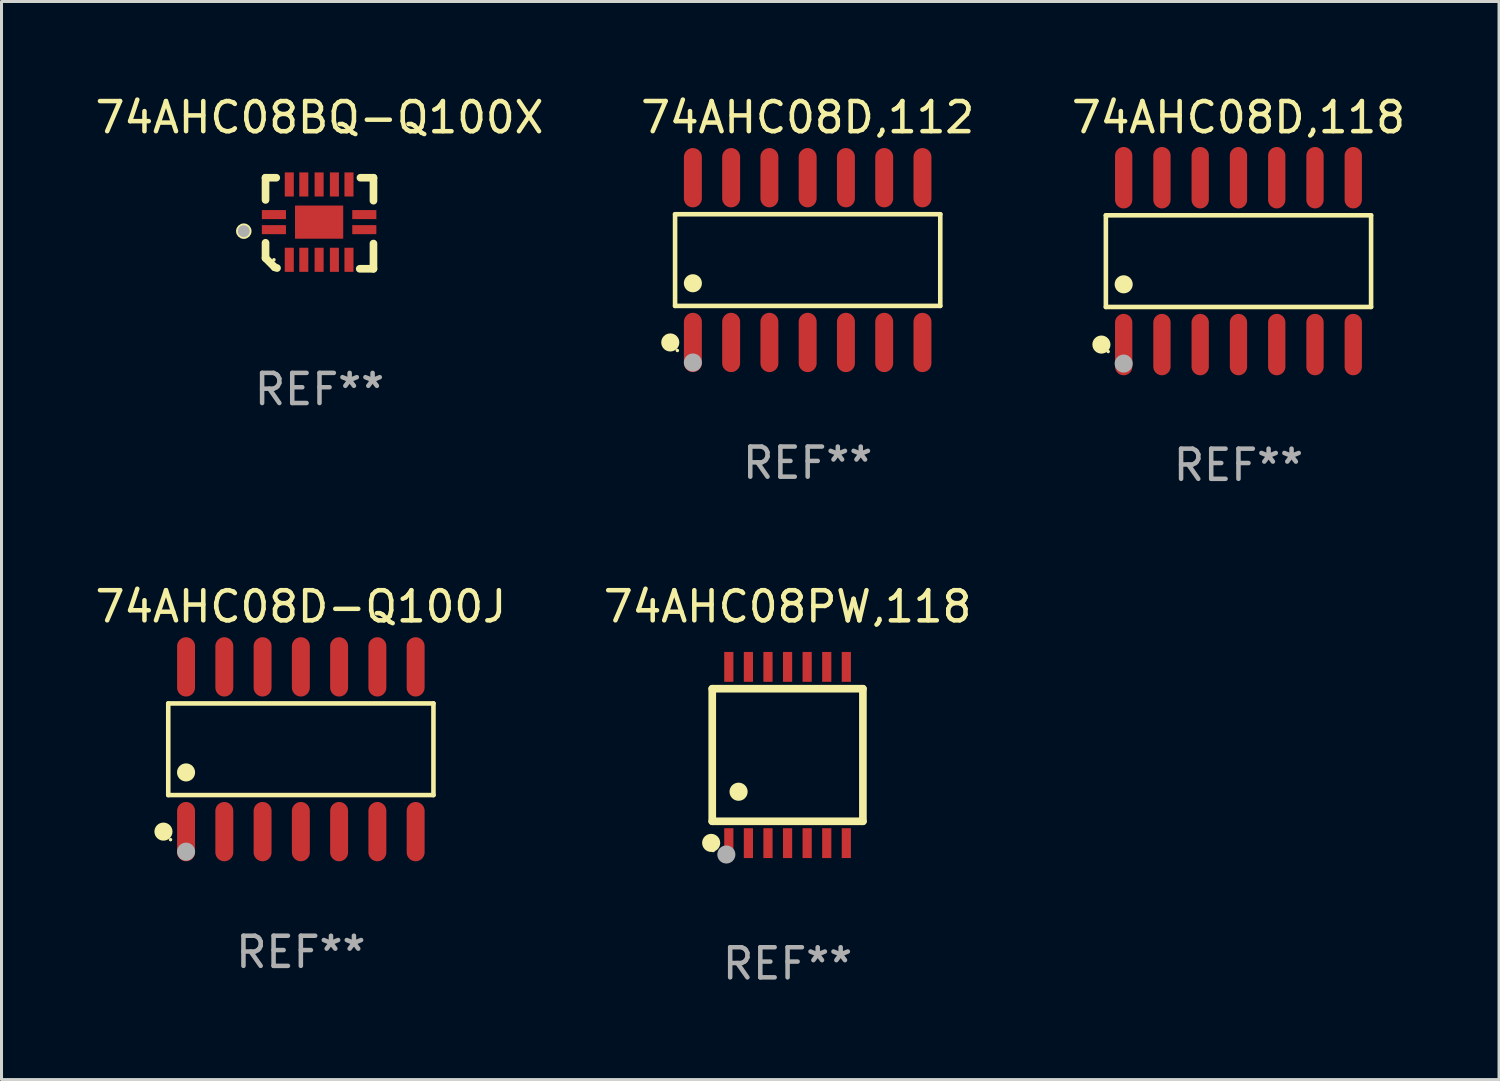
<source format=kicad_pcb>
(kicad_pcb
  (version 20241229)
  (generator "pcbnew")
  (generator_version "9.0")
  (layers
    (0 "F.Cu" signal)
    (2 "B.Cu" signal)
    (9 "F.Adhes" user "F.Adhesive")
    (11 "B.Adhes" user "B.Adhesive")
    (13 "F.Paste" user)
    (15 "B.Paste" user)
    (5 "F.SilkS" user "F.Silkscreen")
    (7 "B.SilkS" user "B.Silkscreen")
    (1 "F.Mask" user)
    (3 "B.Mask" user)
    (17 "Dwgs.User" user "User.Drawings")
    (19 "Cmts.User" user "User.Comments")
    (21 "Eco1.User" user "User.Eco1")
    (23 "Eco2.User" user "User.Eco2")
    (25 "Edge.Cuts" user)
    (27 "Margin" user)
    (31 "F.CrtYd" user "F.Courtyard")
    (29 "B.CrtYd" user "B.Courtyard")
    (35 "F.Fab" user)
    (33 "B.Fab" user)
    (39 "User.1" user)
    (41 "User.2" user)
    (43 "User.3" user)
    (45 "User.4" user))
  (footprint "74AHC08PW,118"
    (layer "F.Cu")
    (at 23.089 22.008)
    (property "Reference" "74AHC08PW,118" (at 0 -4.925 0) (layer "F.SilkS") (effects (font (size 1 1) (thickness 0.15))))
    (attr through_hole)
    (fp_line (start -2.5 2.2) (end -2.5 -2.2) (stroke (width 0.254) (type solid)) (layer "F.SilkS"))
    (fp_line (start -2.5 2.2) (end 2.5 2.2) (stroke (width 0.254) (type solid)) (layer "F.SilkS"))
    (fp_line (start 2.5 -2.2) (end -2.5 -2.2) (stroke (width 0.254) (type solid)) (layer "F.SilkS"))
    (fp_line (start 2.5 -2.2) (end 2.5 2.2) (stroke (width 0.254) (type solid)) (layer "F.SilkS"))
    (fp_circle (center -2.536 2.917) (end -2.386 2.917) (stroke (width 0.3) (type solid)) (fill no) (layer "F.SilkS"))
    (fp_circle (center -2.47 3.17) (end -2.44 3.17) (stroke (width 0.06) (type solid)) (fill no) (layer "F.SilkS"))
    (fp_circle (center -1.626 1.219) (end -1.475 1.219) (stroke (width 0.3) (type solid)) (fill no) (layer "F.SilkS"))
    (fp_circle (center -2.032 3.302) (end -1.882 3.302) (stroke (width 0.3) (type solid)) (fill no) (layer "F.Fab"))
    (fp_text user "REF**" (at 0 6.925 0) (layer "F.Fab") (effects (font (size 1 1) (thickness 0.15))))
    (pad "1" smd rect (at -1.95 2.925) (size 0.305 0.991) (layers "F.Cu" "F.Mask" "F.Paste"))
    (pad "2" smd rect (at -1.3 2.925) (size 0.305 0.991) (layers "F.Cu" "F.Mask" "F.Paste"))
    (pad "3" smd rect (at -0.65 2.925) (size 0.305 0.991) (layers "F.Cu" "F.Mask" "F.Paste"))
    (pad "4" smd rect (at 0 2.925) (size 0.305 0.991) (layers "F.Cu" "F.Mask" "F.Paste"))
    (pad "5" smd rect (at 0.65 2.925) (size 0.305 0.991) (layers "F.Cu" "F.Mask" "F.Paste"))
    (pad "6" smd rect (at 1.3 2.925) (size 0.305 0.991) (layers "F.Cu" "F.Mask" "F.Paste"))
    (pad "7" smd rect (at 1.95 2.925) (size 0.305 0.991) (layers "F.Cu" "F.Mask" "F.Paste"))
    (pad "8" smd rect (at 1.95 -2.925) (size 0.305 0.991) (layers "F.Cu" "F.Mask" "F.Paste"))
    (pad "9" smd rect (at 1.3 -2.925) (size 0.305 0.991) (layers "F.Cu" "F.Mask" "F.Paste"))
    (pad "10" smd rect (at 0.65 -2.925) (size 0.305 0.991) (layers "F.Cu" "F.Mask" "F.Paste"))
    (pad "11" smd rect (at 0 -2.925) (size 0.305 0.991) (layers "F.Cu" "F.Mask" "F.Paste"))
    (pad "12" smd rect (at -0.65 -2.925) (size 0.305 0.991) (layers "F.Cu" "F.Mask" "F.Paste"))
    (pad "13" smd rect (at -1.3 -2.925) (size 0.305 0.991) (layers "F.Cu" "F.Mask" "F.Paste"))
    (pad "14" smd rect (at -1.95 -2.925) (size 0.305 0.991) (layers "F.Cu" "F.Mask" "F.Paste")))
  (footprint "74AHC08BQ-Q100X"
    (layer "F.Cu")
    (at 7.554 4.36)
    (property "Reference" "74AHC08BQ-Q100X" (at 0 -3.511 0) (layer "F.SilkS") (effects (font (size 1 1) (thickness 0.15))))
    (attr through_hole)
    (fp_line (start -1.791 -1.511) (end -1.435 -1.511) (stroke (width 0.254) (type solid)) (layer "F.SilkS"))
    (fp_line (start -1.791 -0.775) (end -1.791 -1.511) (stroke (width 0.254) (type solid)) (layer "F.SilkS"))
    (fp_line (start -1.791 1.156) (end -1.791 0.648) (stroke (width 0.254) (type solid)) (layer "F.SilkS"))
    (fp_line (start -1.486 1.461) (end -1.791 1.156) (stroke (width 0.254) (type solid)) (layer "F.SilkS"))
    (fp_line (start -1.41 1.486) (end -1.486 1.461) (stroke (width 0.254) (type solid)) (layer "F.SilkS"))
    (fp_line (start 1.334 1.511) (end 1.791 1.511) (stroke (width 0.254) (type solid)) (layer "F.SilkS"))
    (fp_line (start 1.791 -1.511) (end 1.359 -1.511) (stroke (width 0.254) (type solid)) (layer "F.SilkS"))
    (fp_line (start 1.791 -0.749) (end 1.791 -1.511) (stroke (width 0.254) (type solid)) (layer "F.SilkS"))
    (fp_line (start 1.791 1.511) (end 1.791 0.673) (stroke (width 0.254) (type solid)) (layer "F.SilkS"))
    (fp_circle (center -2.513 0.262) (end -2.383 0.262) (stroke (width 0.254) (type solid)) (fill no) (layer "F.SilkS"))
    (fp_circle (center -1.513 1.212) (end -1.483 1.212) (stroke (width 0.06) (type solid)) (fill no) (layer "F.SilkS"))
    (fp_circle (center -2.513 0.262) (end -2.413 0.262) (stroke (width 0.2) (type solid)) (fill no) (layer "F.Fab"))
    (fp_text user "REF**" (at 0 5.511 0) (layer "F.Fab") (effects (font (size 1 1) (thickness 0.15))))
    (pad "1" smd rect (at -1.513 0.212) (size 0.8 0.3) (layers "F.Cu" "F.Mask" "F.Paste"))
    (pad "2" smd rect (at -1.003 1.212) (size 0.3 0.8) (layers "F.Cu" "F.Mask" "F.Paste"))
    (pad "3" smd rect (at -0.521 1.212) (size 0.3 0.8) (layers "F.Cu" "F.Mask" "F.Paste"))
    (pad "4" smd rect (at -0.013 1.212) (size 0.3 0.8) (layers "F.Cu" "F.Mask" "F.Paste"))
    (pad "5" smd rect (at 0.495 1.212) (size 0.3 0.8) (layers "F.Cu" "F.Mask" "F.Paste"))
    (pad "6" smd rect (at 0.978 1.212) (size 0.3 0.8) (layers "F.Cu" "F.Mask" "F.Paste"))
    (pad "7" smd rect (at 1.487 0.212) (size 0.8 0.3) (layers "F.Cu" "F.Mask" "F.Paste"))
    (pad "8" smd rect (at 1.487 -0.288) (size 0.8 0.3) (layers "F.Cu" "F.Mask" "F.Paste"))
    (pad "9" smd rect (at 0.978 -1.288) (size 0.3 0.8) (layers "F.Cu" "F.Mask" "F.Paste"))
    (pad "10" smd rect (at 0.495 -1.288) (size 0.3 0.8) (layers "F.Cu" "F.Mask" "F.Paste"))
    (pad "11" smd rect (at -0.013 -1.288) (size 0.3 0.8) (layers "F.Cu" "F.Mask" "F.Paste"))
    (pad "12" smd rect (at -0.521 -1.288) (size 0.3 0.8) (layers "F.Cu" "F.Mask" "F.Paste"))
    (pad "13" smd rect (at -1.003 -1.288) (size 0.3 0.8) (layers "F.Cu" "F.Mask" "F.Paste"))
    (pad "14" smd rect (at -1.513 -0.288) (size 0.8 0.3) (layers "F.Cu" "F.Mask" "F.Paste"))
    (pad "15" smd rect (at -0.013 -0.038 90) (size 1.1 1.6) (layers "F.Cu" "F.Mask" "F.Paste")))
  (footprint "74AHC08D-Q100J"
    (layer "F.Cu")
    (at 6.935 21.817)
    (property "Reference" "74AHC08D-Q100J" (at 0 -4.734 0) (layer "F.SilkS") (effects (font (size 1 1) (thickness 0.15))))
    (attr through_hole)
    (fp_line (start -4.401 -1.521) (end 4.401 -1.521) (stroke (width 0.152) (type solid)) (layer "F.SilkS"))
    (fp_line (start -4.401 1.521) (end -4.401 -1.521) (stroke (width 0.152) (type solid)) (layer "F.SilkS"))
    (fp_line (start 4.401 -1.521) (end 4.401 1.521) (stroke (width 0.152) (type solid)) (layer "F.SilkS"))
    (fp_line (start 4.401 1.521) (end -4.401 1.521) (stroke (width 0.152) (type solid)) (layer "F.SilkS"))
    (fp_circle (center -4.56 2.734) (end -4.41 2.734) (stroke (width 0.3) (type solid)) (fill no) (layer "F.SilkS"))
    (fp_circle (center -4.325 3) (end -4.295 3) (stroke (width 0.06) (type solid)) (fill no) (layer "F.SilkS"))
    (fp_circle (center -3.81 0.769) (end -3.66 0.769) (stroke (width 0.3) (type solid)) (fill no) (layer "F.SilkS"))
    (fp_circle (center -3.81 3.4) (end -3.66 3.4) (stroke (width 0.3) (type solid)) (fill no) (layer "F.Fab"))
    (fp_text user "REF**" (at 0 6.734 0) (layer "F.Fab") (effects (font (size 1 1) (thickness 0.15))))
    (pad "1" smd oval (at -3.81 2.734) (size 0.595 1.968) (layers "F.Cu" "F.Mask" "F.Paste"))
    (pad "2" smd oval (at -2.54 2.734) (size 0.595 1.968) (layers "F.Cu" "F.Mask" "F.Paste"))
    (pad "3" smd oval (at -1.27 2.734) (size 0.595 1.968) (layers "F.Cu" "F.Mask" "F.Paste"))
    (pad "4" smd oval (at 0 2.734) (size 0.595 1.968) (layers "F.Cu" "F.Mask" "F.Paste"))
    (pad "5" smd oval (at 1.27 2.734) (size 0.595 1.968) (layers "F.Cu" "F.Mask" "F.Paste"))
    (pad "6" smd oval (at 2.54 2.734) (size 0.595 1.968) (layers "F.Cu" "F.Mask" "F.Paste"))
    (pad "7" smd oval (at 3.81 2.734) (size 0.595 1.968) (layers "F.Cu" "F.Mask" "F.Paste"))
    (pad "8" smd oval (at 3.81 -2.734) (size 0.595 1.968) (layers "F.Cu" "F.Mask" "F.Paste"))
    (pad "9" smd oval (at 2.54 -2.734) (size 0.595 1.968) (layers "F.Cu" "F.Mask" "F.Paste"))
    (pad "10" smd oval (at 1.27 -2.734) (size 0.595 1.968) (layers "F.Cu" "F.Mask" "F.Paste"))
    (pad "11" smd oval (at 0 -2.734) (size 0.595 1.968) (layers "F.Cu" "F.Mask" "F.Paste"))
    (pad "12" smd oval (at -1.27 -2.734) (size 0.595 1.968) (layers "F.Cu" "F.Mask" "F.Paste"))
    (pad "13" smd oval (at -2.54 -2.734) (size 0.595 1.968) (layers "F.Cu" "F.Mask" "F.Paste"))
    (pad "14" smd oval (at -3.81 -2.734) (size 0.595 1.968) (layers "F.Cu" "F.Mask" "F.Paste")))
  (footprint "74AHC08D,118"
    (layer "F.Cu")
    (at 38.054 5.617)
    (property "Reference" "74AHC08D,118" (at 0 -4.769 0) (layer "F.SilkS") (effects (font (size 1 1) (thickness 0.15))))
    (attr through_hole)
    (fp_line (start -4.401 -1.521) (end 4.401 -1.521) (stroke (width 0.152) (type solid)) (layer "F.SilkS"))
    (fp_line (start -4.401 1.521) (end -4.401 -1.521) (stroke (width 0.152) (type solid)) (layer "F.SilkS"))
    (fp_line (start 4.401 -1.521) (end 4.401 1.521) (stroke (width 0.152) (type solid)) (layer "F.SilkS"))
    (fp_line (start 4.401 1.521) (end -4.401 1.521) (stroke (width 0.152) (type solid)) (layer "F.SilkS"))
    (fp_circle (center -4.549 2.769) (end -4.399 2.769) (stroke (width 0.3) (type solid)) (fill no) (layer "F.SilkS"))
    (fp_circle (center -4.325 3) (end -4.295 3) (stroke (width 0.06) (type solid)) (fill no) (layer "F.SilkS"))
    (fp_circle (center -3.81 0.769) (end -3.66 0.769) (stroke (width 0.3) (type solid)) (fill no) (layer "F.SilkS"))
    (fp_circle (center -3.81 3.4) (end -3.66 3.4) (stroke (width 0.3) (type solid)) (fill no) (layer "F.Fab"))
    (fp_text user "REF**" (at 0 6.769 0) (layer "F.Fab") (effects (font (size 1 1) (thickness 0.15))))
    (pad "1" smd oval (at -3.81 2.769) (size 0.574 2.038) (layers "F.Cu" "F.Mask" "F.Paste"))
    (pad "2" smd oval (at -2.54 2.769) (size 0.574 2.038) (layers "F.Cu" "F.Mask" "F.Paste"))
    (pad "3" smd oval (at -1.27 2.769) (size 0.574 2.038) (layers "F.Cu" "F.Mask" "F.Paste"))
    (pad "4" smd oval (at 0 2.769) (size 0.574 2.038) (layers "F.Cu" "F.Mask" "F.Paste"))
    (pad "5" smd oval (at 1.27 2.769) (size 0.574 2.038) (layers "F.Cu" "F.Mask" "F.Paste"))
    (pad "6" smd oval (at 2.54 2.769) (size 0.574 2.038) (layers "F.Cu" "F.Mask" "F.Paste"))
    (pad "7" smd oval (at 3.81 2.769) (size 0.574 2.038) (layers "F.Cu" "F.Mask" "F.Paste"))
    (pad "8" smd oval (at 3.81 -2.769) (size 0.574 2.038) (layers "F.Cu" "F.Mask" "F.Paste"))
    (pad "9" smd oval (at 2.54 -2.769) (size 0.574 2.038) (layers "F.Cu" "F.Mask" "F.Paste"))
    (pad "10" smd oval (at 1.27 -2.769) (size 0.574 2.038) (layers "F.Cu" "F.Mask" "F.Paste"))
    (pad "11" smd oval (at 0 -2.769) (size 0.574 2.038) (layers "F.Cu" "F.Mask" "F.Paste"))
    (pad "12" smd oval (at -1.27 -2.769) (size 0.574 2.038) (layers "F.Cu" "F.Mask" "F.Paste"))
    (pad "13" smd oval (at -2.54 -2.769) (size 0.574 2.038) (layers "F.Cu" "F.Mask" "F.Paste"))
    (pad "14" smd oval (at -3.81 -2.769) (size 0.574 2.038) (layers "F.Cu" "F.Mask" "F.Paste")))
  (footprint "74AHC08D,112"
    (layer "F.Cu")
    (at 23.756 5.582)
    (property "Reference" "74AHC08D,112" (at 0 -4.734 0) (layer "F.SilkS") (effects (font (size 1 1) (thickness 0.15))))
    (attr through_hole)
    (fp_line (start -4.401 -1.521) (end 4.401 -1.521) (stroke (width 0.152) (type solid)) (layer "F.SilkS"))
    (fp_line (start -4.401 1.521) (end -4.401 -1.521) (stroke (width 0.152) (type solid)) (layer "F.SilkS"))
    (fp_line (start 4.401 -1.521) (end 4.401 1.521) (stroke (width 0.152) (type solid)) (layer "F.SilkS"))
    (fp_line (start 4.401 1.521) (end -4.401 1.521) (stroke (width 0.152) (type solid)) (layer "F.SilkS"))
    (fp_circle (center -4.56 2.734) (end -4.41 2.734) (stroke (width 0.3) (type solid)) (fill no) (layer "F.SilkS"))
    (fp_circle (center -4.325 3) (end -4.295 3) (stroke (width 0.06) (type solid)) (fill no) (layer "F.SilkS"))
    (fp_circle (center -3.81 0.769) (end -3.66 0.769) (stroke (width 0.3) (type solid)) (fill no) (layer "F.SilkS"))
    (fp_circle (center -3.81 3.4) (end -3.66 3.4) (stroke (width 0.3) (type solid)) (fill no) (layer "F.Fab"))
    (fp_text user "REF**" (at 0 6.734 0) (layer "F.Fab") (effects (font (size 1 1) (thickness 0.15))))
    (pad "1" smd oval (at -3.81 2.734) (size 0.595 1.968) (layers "F.Cu" "F.Mask" "F.Paste"))
    (pad "2" smd oval (at -2.54 2.734) (size 0.595 1.968) (layers "F.Cu" "F.Mask" "F.Paste"))
    (pad "3" smd oval (at -1.27 2.734) (size 0.595 1.968) (layers "F.Cu" "F.Mask" "F.Paste"))
    (pad "4" smd oval (at 0 2.734) (size 0.595 1.968) (layers "F.Cu" "F.Mask" "F.Paste"))
    (pad "5" smd oval (at 1.27 2.734) (size 0.595 1.968) (layers "F.Cu" "F.Mask" "F.Paste"))
    (pad "6" smd oval (at 2.54 2.734) (size 0.595 1.968) (layers "F.Cu" "F.Mask" "F.Paste"))
    (pad "7" smd oval (at 3.81 2.734) (size 0.595 1.968) (layers "F.Cu" "F.Mask" "F.Paste"))
    (pad "8" smd oval (at 3.81 -2.734) (size 0.595 1.968) (layers "F.Cu" "F.Mask" "F.Paste"))
    (pad "9" smd oval (at 2.54 -2.734) (size 0.595 1.968) (layers "F.Cu" "F.Mask" "F.Paste"))
    (pad "10" smd oval (at 1.27 -2.734) (size 0.595 1.968) (layers "F.Cu" "F.Mask" "F.Paste"))
    (pad "11" smd oval (at 0 -2.734) (size 0.595 1.968) (layers "F.Cu" "F.Mask" "F.Paste"))
    (pad "12" smd oval (at -1.27 -2.734) (size 0.595 1.968) (layers "F.Cu" "F.Mask" "F.Paste"))
    (pad "13" smd oval (at -2.54 -2.734) (size 0.595 1.968) (layers "F.Cu" "F.Mask" "F.Paste"))
    (pad "14" smd oval (at -3.81 -2.734) (size 0.595 1.968) (layers "F.Cu" "F.Mask" "F.Paste")))
  (gr_rect
    (start -3 -3)
    (end 46.702 32.781)
    (stroke (width 0.1) (type default))
    (fill no)
    (layer "Edge.Cuts")))
</source>
